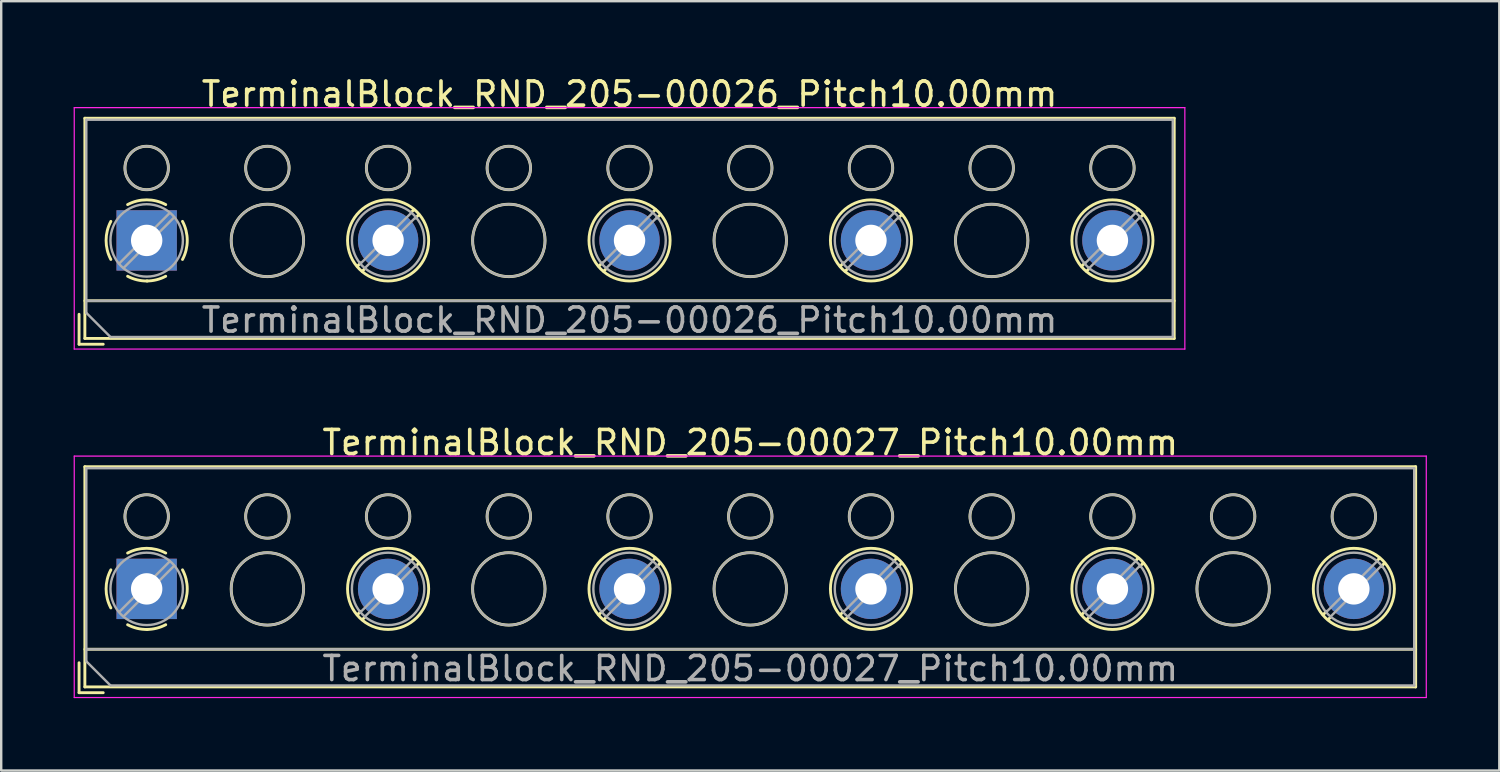
<source format=kicad_pcb>
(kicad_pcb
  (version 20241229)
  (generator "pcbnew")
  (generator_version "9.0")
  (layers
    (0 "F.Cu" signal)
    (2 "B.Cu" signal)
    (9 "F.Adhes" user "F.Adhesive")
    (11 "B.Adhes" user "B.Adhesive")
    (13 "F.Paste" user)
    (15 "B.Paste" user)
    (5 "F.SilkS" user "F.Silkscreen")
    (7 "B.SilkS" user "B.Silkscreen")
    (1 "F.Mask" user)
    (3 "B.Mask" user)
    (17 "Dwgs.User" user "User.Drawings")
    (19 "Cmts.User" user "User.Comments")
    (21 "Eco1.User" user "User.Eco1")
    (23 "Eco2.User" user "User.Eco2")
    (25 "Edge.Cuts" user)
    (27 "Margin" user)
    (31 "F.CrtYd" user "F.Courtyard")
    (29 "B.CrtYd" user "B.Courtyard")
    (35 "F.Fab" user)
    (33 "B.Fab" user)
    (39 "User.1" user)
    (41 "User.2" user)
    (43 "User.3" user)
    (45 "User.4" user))
  (footprint "TerminalBlock_RND_205-00026_Pitch10.00mm"
    (layer "F.Cu")
    (at 3.025 6.908)
    (property "Reference" "TerminalBlock_RND_205-00026_Pitch10.00mm" (at 20 -6.06 0) (layer "F.SilkS") (effects (font (size 1 1) (thickness 0.15))))
    (attr through_hole)
    (fp_line (start -2.8 3.06) (end -2.8 4.3) (stroke (width 0.12) (type solid)) (layer "F.SilkS"))
    (fp_line (start -2.8 4.3) (end -1.8 4.3) (stroke (width 0.12) (type solid)) (layer "F.SilkS"))
    (fp_line (start -2.56 -5.06) (end -2.56 4.06) (stroke (width 0.12) (type solid)) (layer "F.SilkS"))
    (fp_line (start -2.56 2.5) (end 42.56 2.5) (stroke (width 0.12) (type solid)) (layer "F.SilkS"))
    (fp_line (start -2.56 4.06) (end 42.56 4.06) (stroke (width 0.12) (type solid)) (layer "F.SilkS"))
    (fp_line (start 8.867 0.929) (end 8.726 1.069) (stroke (width 0.12) (type solid)) (layer "F.SilkS"))
    (fp_line (start 9.037 1.169) (end 8.931 1.274) (stroke (width 0.12) (type solid)) (layer "F.SilkS"))
    (fp_line (start 11.07 -1.275) (end 10.964 -1.169) (stroke (width 0.12) (type solid)) (layer "F.SilkS"))
    (fp_line (start 11.275 -1.069) (end 11.134 -0.929) (stroke (width 0.12) (type solid)) (layer "F.SilkS"))
    (fp_line (start 18.867 0.929) (end 18.726 1.069) (stroke (width 0.12) (type solid)) (layer "F.SilkS"))
    (fp_line (start 19.037 1.169) (end 18.931 1.274) (stroke (width 0.12) (type solid)) (layer "F.SilkS"))
    (fp_line (start 21.07 -1.275) (end 20.964 -1.169) (stroke (width 0.12) (type solid)) (layer "F.SilkS"))
    (fp_line (start 21.275 -1.069) (end 21.134 -0.929) (stroke (width 0.12) (type solid)) (layer "F.SilkS"))
    (fp_line (start 28.867 0.929) (end 28.726 1.069) (stroke (width 0.12) (type solid)) (layer "F.SilkS"))
    (fp_line (start 29.037 1.169) (end 28.931 1.274) (stroke (width 0.12) (type solid)) (layer "F.SilkS"))
    (fp_line (start 31.07 -1.275) (end 30.964 -1.169) (stroke (width 0.12) (type solid)) (layer "F.SilkS"))
    (fp_line (start 31.275 -1.069) (end 31.134 -0.929) (stroke (width 0.12) (type solid)) (layer "F.SilkS"))
    (fp_line (start 38.867 0.929) (end 38.726 1.069) (stroke (width 0.12) (type solid)) (layer "F.SilkS"))
    (fp_line (start 39.037 1.169) (end 38.931 1.274) (stroke (width 0.12) (type solid)) (layer "F.SilkS"))
    (fp_line (start 41.07 -1.275) (end 40.964 -1.169) (stroke (width 0.12) (type solid)) (layer "F.SilkS"))
    (fp_line (start 41.275 -1.069) (end 41.134 -0.929) (stroke (width 0.12) (type solid)) (layer "F.SilkS"))
    (fp_line (start 42.56 -5.06) (end -2.56 -5.06) (stroke (width 0.12) (type solid)) (layer "F.SilkS"))
    (fp_line (start 42.56 4.06) (end 42.56 -5.06) (stroke (width 0.12) (type solid)) (layer "F.SilkS"))
    (fp_arc (start -1.483953 0.789089) (mid -1.680708 0.00005) (end -1.484 -0.789) (stroke (width 0.12) (type solid)) (layer "F.SilkS"))
    (fp_arc (start -0.789089 -1.483953) (mid -0.00005 -1.680708) (end 0.789 -1.484) (stroke (width 0.12) (type solid)) (layer "F.SilkS"))
    (fp_arc (start 0.029383 1.68045) (mid -0.392304 1.634281) (end -0.789 1.484) (stroke (width 0.12) (type solid)) (layer "F.SilkS"))
    (fp_arc (start 0.788712 1.483352) (mid 0.406429 1.630097) (end 0 1.68) (stroke (width 0.12) (type solid)) (layer "F.SilkS"))
    (fp_arc (start 1.483953 -0.789089) (mid 1.680708 -0.00005) (end 1.484 0.789) (stroke (width 0.12) (type solid)) (layer "F.SilkS"))
    (fp_circle (center 0 -3) (end 0.9 -3) (stroke (width 0.12) (type solid)) (fill no) (layer "F.SilkS"))
    (fp_circle (center 5 -3) (end 5.9 -3) (stroke (width 0.12) (type solid)) (fill no) (layer "F.SilkS"))
    (fp_circle (center 5 0) (end 6.5 0) (stroke (width 0.12) (type solid)) (fill no) (layer "F.SilkS"))
    (fp_circle (center 10 -3) (end 10.9 -3) (stroke (width 0.12) (type solid)) (fill no) (layer "F.SilkS"))
    (fp_circle (center 10 0) (end 11.68 0) (stroke (width 0.12) (type solid)) (fill no) (layer "F.SilkS"))
    (fp_circle (center 15 -3) (end 15.9 -3) (stroke (width 0.12) (type solid)) (fill no) (layer "F.SilkS"))
    (fp_circle (center 15 0) (end 16.5 0) (stroke (width 0.12) (type solid)) (fill no) (layer "F.SilkS"))
    (fp_circle (center 20 -3) (end 20.9 -3) (stroke (width 0.12) (type solid)) (fill no) (layer "F.SilkS"))
    (fp_circle (center 20 0) (end 21.68 0) (stroke (width 0.12) (type solid)) (fill no) (layer "F.SilkS"))
    (fp_circle (center 25 -3) (end 25.9 -3) (stroke (width 0.12) (type solid)) (fill no) (layer "F.SilkS"))
    (fp_circle (center 25 0) (end 26.5 0) (stroke (width 0.12) (type solid)) (fill no) (layer "F.SilkS"))
    (fp_circle (center 30 -3) (end 30.9 -3) (stroke (width 0.12) (type solid)) (fill no) (layer "F.SilkS"))
    (fp_circle (center 30 0) (end 31.68 0) (stroke (width 0.12) (type solid)) (fill no) (layer "F.SilkS"))
    (fp_circle (center 35 -3) (end 35.9 -3) (stroke (width 0.12) (type solid)) (fill no) (layer "F.SilkS"))
    (fp_circle (center 35 0) (end 36.5 0) (stroke (width 0.12) (type solid)) (fill no) (layer "F.SilkS"))
    (fp_circle (center 40 -3) (end 40.9 -3) (stroke (width 0.12) (type solid)) (fill no) (layer "F.SilkS"))
    (fp_circle (center 40 0) (end 41.68 0) (stroke (width 0.12) (type solid)) (fill no) (layer "F.SilkS"))
    (fp_line (start -3 -5.5) (end -3 4.5) (stroke (width 0.05) (type solid)) (layer "F.CrtYd"))
    (fp_line (start -3 4.5) (end 43 4.5) (stroke (width 0.05) (type solid)) (layer "F.CrtYd"))
    (fp_line (start 43 -5.5) (end -3 -5.5) (stroke (width 0.05) (type solid)) (layer "F.CrtYd"))
    (fp_line (start 43 4.5) (end 43 -5.5) (stroke (width 0.05) (type solid)) (layer "F.CrtYd"))
    (fp_line (start -2.5 -5) (end 42.5 -5) (stroke (width 0.1) (type solid)) (layer "F.Fab"))
    (fp_line (start -2.5 2.5) (end 42.5 2.5) (stroke (width 0.1) (type solid)) (layer "F.Fab"))
    (fp_line (start -2.5 3) (end -2.5 -5) (stroke (width 0.1) (type solid)) (layer "F.Fab"))
    (fp_line (start -1.5 4) (end -2.5 3) (stroke (width 0.1) (type solid)) (layer "F.Fab"))
    (fp_line (start 0.955 -1.138) (end -1.138 0.955) (stroke (width 0.1) (type solid)) (layer "F.Fab"))
    (fp_line (start 1.138 -0.955) (end -0.955 1.138) (stroke (width 0.1) (type solid)) (layer "F.Fab"))
    (fp_line (start 10.955 -1.138) (end 8.863 0.955) (stroke (width 0.1) (type solid)) (layer "F.Fab"))
    (fp_line (start 11.138 -0.955) (end 9.046 1.138) (stroke (width 0.1) (type solid)) (layer "F.Fab"))
    (fp_line (start 20.955 -1.138) (end 18.863 0.955) (stroke (width 0.1) (type solid)) (layer "F.Fab"))
    (fp_line (start 21.138 -0.955) (end 19.046 1.138) (stroke (width 0.1) (type solid)) (layer "F.Fab"))
    (fp_line (start 30.955 -1.138) (end 28.863 0.955) (stroke (width 0.1) (type solid)) (layer "F.Fab"))
    (fp_line (start 31.138 -0.955) (end 29.046 1.138) (stroke (width 0.1) (type solid)) (layer "F.Fab"))
    (fp_line (start 40.955 -1.138) (end 38.863 0.955) (stroke (width 0.1) (type solid)) (layer "F.Fab"))
    (fp_line (start 41.138 -0.955) (end 39.046 1.138) (stroke (width 0.1) (type solid)) (layer "F.Fab"))
    (fp_line (start 42.5 -5) (end 42.5 4) (stroke (width 0.1) (type solid)) (layer "F.Fab"))
    (fp_line (start 42.5 4) (end -1.5 4) (stroke (width 0.1) (type solid)) (layer "F.Fab"))
    (fp_circle (center 0 -3) (end 0.9 -3) (stroke (width 0.1) (type solid)) (fill no) (layer "F.Fab"))
    (fp_circle (center 0 0) (end 1.5 0) (stroke (width 0.1) (type solid)) (fill no) (layer "F.Fab"))
    (fp_circle (center 5 -3) (end 5.9 -3) (stroke (width 0.1) (type solid)) (fill no) (layer "F.Fab"))
    (fp_circle (center 5 0) (end 6.5 0) (stroke (width 0.1) (type solid)) (fill no) (layer "F.Fab"))
    (fp_circle (center 10 -3) (end 10.9 -3) (stroke (width 0.1) (type solid)) (fill no) (layer "F.Fab"))
    (fp_circle (center 10 0) (end 11.5 0) (stroke (width 0.1) (type solid)) (fill no) (layer "F.Fab"))
    (fp_circle (center 15 -3) (end 15.9 -3) (stroke (width 0.1) (type solid)) (fill no) (layer "F.Fab"))
    (fp_circle (center 15 0) (end 16.5 0) (stroke (width 0.1) (type solid)) (fill no) (layer "F.Fab"))
    (fp_circle (center 20 -3) (end 20.9 -3) (stroke (width 0.1) (type solid)) (fill no) (layer "F.Fab"))
    (fp_circle (center 20 0) (end 21.5 0) (stroke (width 0.1) (type solid)) (fill no) (layer "F.Fab"))
    (fp_circle (center 25 -3) (end 25.9 -3) (stroke (width 0.1) (type solid)) (fill no) (layer "F.Fab"))
    (fp_circle (center 25 0) (end 26.5 0) (stroke (width 0.1) (type solid)) (fill no) (layer "F.Fab"))
    (fp_circle (center 30 -3) (end 30.9 -3) (stroke (width 0.1) (type solid)) (fill no) (layer "F.Fab"))
    (fp_circle (center 30 0) (end 31.5 0) (stroke (width 0.1) (type solid)) (fill no) (layer "F.Fab"))
    (fp_circle (center 35 -3) (end 35.9 -3) (stroke (width 0.1) (type solid)) (fill no) (layer "F.Fab"))
    (fp_circle (center 35 0) (end 36.5 0) (stroke (width 0.1) (type solid)) (fill no) (layer "F.Fab"))
    (fp_circle (center 40 -3) (end 40.9 -3) (stroke (width 0.1) (type solid)) (fill no) (layer "F.Fab"))
    (fp_circle (center 40 0) (end 41.5 0) (stroke (width 0.1) (type solid)) (fill no) (layer "F.Fab"))
    (fp_text user "${REFERENCE}" (at 20 3.3 0) (layer "F.Fab") (effects (font (size 1 1) (thickness 0.15))))
    (pad "1" thru_hole rect (at 0 0) (size 2.5 2.5) (drill 1.3) (layers "*.Cu" "*.Mask"))
    (pad "2" thru_hole oval (at 10 0) (size 2.5 2.5) (drill 1.3) (layers "*.Cu" "*.Mask"))
    (pad "3" thru_hole oval (at 20 0) (size 2.5 2.5) (drill 1.3) (layers "*.Cu" "*.Mask"))
    (pad "4" thru_hole oval (at 30 0) (size 2.5 2.5) (drill 1.3) (layers "*.Cu" "*.Mask"))
    (pad "5" thru_hole oval (at 40 0) (size 2.5 2.5) (drill 1.3) (layers "*.Cu" "*.Mask")))
  (footprint "TerminalBlock_RND_205-00027_Pitch10.00mm"
    (layer "F.Cu")
    (at 3.025 21.341)
    (property "Reference" "TerminalBlock_RND_205-00027_Pitch10.00mm" (at 25 -6.06 0) (layer "F.SilkS") (effects (font (size 1 1) (thickness 0.15))))
    (attr through_hole)
    (fp_line (start -2.8 3.06) (end -2.8 4.3) (stroke (width 0.12) (type solid)) (layer "F.SilkS"))
    (fp_line (start -2.8 4.3) (end -1.8 4.3) (stroke (width 0.12) (type solid)) (layer "F.SilkS"))
    (fp_line (start -2.56 -5.06) (end -2.56 4.06) (stroke (width 0.12) (type solid)) (layer "F.SilkS"))
    (fp_line (start -2.56 2.5) (end 52.56 2.5) (stroke (width 0.12) (type solid)) (layer "F.SilkS"))
    (fp_line (start -2.56 4.06) (end 52.56 4.06) (stroke (width 0.12) (type solid)) (layer "F.SilkS"))
    (fp_line (start 8.867 0.929) (end 8.726 1.069) (stroke (width 0.12) (type solid)) (layer "F.SilkS"))
    (fp_line (start 9.037 1.169) (end 8.931 1.274) (stroke (width 0.12) (type solid)) (layer "F.SilkS"))
    (fp_line (start 11.07 -1.275) (end 10.964 -1.169) (stroke (width 0.12) (type solid)) (layer "F.SilkS"))
    (fp_line (start 11.275 -1.069) (end 11.134 -0.929) (stroke (width 0.12) (type solid)) (layer "F.SilkS"))
    (fp_line (start 18.867 0.929) (end 18.726 1.069) (stroke (width 0.12) (type solid)) (layer "F.SilkS"))
    (fp_line (start 19.037 1.169) (end 18.931 1.274) (stroke (width 0.12) (type solid)) (layer "F.SilkS"))
    (fp_line (start 21.07 -1.275) (end 20.964 -1.169) (stroke (width 0.12) (type solid)) (layer "F.SilkS"))
    (fp_line (start 21.275 -1.069) (end 21.134 -0.929) (stroke (width 0.12) (type solid)) (layer "F.SilkS"))
    (fp_line (start 28.867 0.929) (end 28.726 1.069) (stroke (width 0.12) (type solid)) (layer "F.SilkS"))
    (fp_line (start 29.037 1.169) (end 28.931 1.274) (stroke (width 0.12) (type solid)) (layer "F.SilkS"))
    (fp_line (start 31.07 -1.275) (end 30.964 -1.169) (stroke (width 0.12) (type solid)) (layer "F.SilkS"))
    (fp_line (start 31.275 -1.069) (end 31.134 -0.929) (stroke (width 0.12) (type solid)) (layer "F.SilkS"))
    (fp_line (start 38.867 0.929) (end 38.726 1.069) (stroke (width 0.12) (type solid)) (layer "F.SilkS"))
    (fp_line (start 39.037 1.169) (end 38.931 1.274) (stroke (width 0.12) (type solid)) (layer "F.SilkS"))
    (fp_line (start 41.07 -1.275) (end 40.964 -1.169) (stroke (width 0.12) (type solid)) (layer "F.SilkS"))
    (fp_line (start 41.275 -1.069) (end 41.134 -0.929) (stroke (width 0.12) (type solid)) (layer "F.SilkS"))
    (fp_line (start 48.867 0.929) (end 48.726 1.069) (stroke (width 0.12) (type solid)) (layer "F.SilkS"))
    (fp_line (start 49.037 1.169) (end 48.931 1.274) (stroke (width 0.12) (type solid)) (layer "F.SilkS"))
    (fp_line (start 51.07 -1.275) (end 50.964 -1.169) (stroke (width 0.12) (type solid)) (layer "F.SilkS"))
    (fp_line (start 51.275 -1.069) (end 51.134 -0.929) (stroke (width 0.12) (type solid)) (layer "F.SilkS"))
    (fp_line (start 52.56 -5.06) (end -2.56 -5.06) (stroke (width 0.12) (type solid)) (layer "F.SilkS"))
    (fp_line (start 52.56 4.06) (end 52.56 -5.06) (stroke (width 0.12) (type solid)) (layer "F.SilkS"))
    (fp_arc (start -1.483953 0.789089) (mid -1.680708 0.00005) (end -1.484 -0.789) (stroke (width 0.12) (type solid)) (layer "F.SilkS"))
    (fp_arc (start -0.789089 -1.483953) (mid -0.00005 -1.680708) (end 0.789 -1.484) (stroke (width 0.12) (type solid)) (layer "F.SilkS"))
    (fp_arc (start 0.029383 1.68045) (mid -0.392304 1.634281) (end -0.789 1.484) (stroke (width 0.12) (type solid)) (layer "F.SilkS"))
    (fp_arc (start 0.788712 1.483352) (mid 0.406429 1.630097) (end 0 1.68) (stroke (width 0.12) (type solid)) (layer "F.SilkS"))
    (fp_arc (start 1.483953 -0.789089) (mid 1.680708 -0.00005) (end 1.484 0.789) (stroke (width 0.12) (type solid)) (layer "F.SilkS"))
    (fp_circle (center 0 -3) (end 0.9 -3) (stroke (width 0.12) (type solid)) (fill no) (layer "F.SilkS"))
    (fp_circle (center 5 -3) (end 5.9 -3) (stroke (width 0.12) (type solid)) (fill no) (layer "F.SilkS"))
    (fp_circle (center 5 0) (end 6.5 0) (stroke (width 0.12) (type solid)) (fill no) (layer "F.SilkS"))
    (fp_circle (center 10 -3) (end 10.9 -3) (stroke (width 0.12) (type solid)) (fill no) (layer "F.SilkS"))
    (fp_circle (center 10 0) (end 11.68 0) (stroke (width 0.12) (type solid)) (fill no) (layer "F.SilkS"))
    (fp_circle (center 15 -3) (end 15.9 -3) (stroke (width 0.12) (type solid)) (fill no) (layer "F.SilkS"))
    (fp_circle (center 15 0) (end 16.5 0) (stroke (width 0.12) (type solid)) (fill no) (layer "F.SilkS"))
    (fp_circle (center 20 -3) (end 20.9 -3) (stroke (width 0.12) (type solid)) (fill no) (layer "F.SilkS"))
    (fp_circle (center 20 0) (end 21.68 0) (stroke (width 0.12) (type solid)) (fill no) (layer "F.SilkS"))
    (fp_circle (center 25 -3) (end 25.9 -3) (stroke (width 0.12) (type solid)) (fill no) (layer "F.SilkS"))
    (fp_circle (center 25 0) (end 26.5 0) (stroke (width 0.12) (type solid)) (fill no) (layer "F.SilkS"))
    (fp_circle (center 30 -3) (end 30.9 -3) (stroke (width 0.12) (type solid)) (fill no) (layer "F.SilkS"))
    (fp_circle (center 30 0) (end 31.68 0) (stroke (width 0.12) (type solid)) (fill no) (layer "F.SilkS"))
    (fp_circle (center 35 -3) (end 35.9 -3) (stroke (width 0.12) (type solid)) (fill no) (layer "F.SilkS"))
    (fp_circle (center 35 0) (end 36.5 0) (stroke (width 0.12) (type solid)) (fill no) (layer "F.SilkS"))
    (fp_circle (center 40 -3) (end 40.9 -3) (stroke (width 0.12) (type solid)) (fill no) (layer "F.SilkS"))
    (fp_circle (center 40 0) (end 41.68 0) (stroke (width 0.12) (type solid)) (fill no) (layer "F.SilkS"))
    (fp_circle (center 45 -3) (end 45.9 -3) (stroke (width 0.12) (type solid)) (fill no) (layer "F.SilkS"))
    (fp_circle (center 45 0) (end 46.5 0) (stroke (width 0.12) (type solid)) (fill no) (layer "F.SilkS"))
    (fp_circle (center 50 -3) (end 50.9 -3) (stroke (width 0.12) (type solid)) (fill no) (layer "F.SilkS"))
    (fp_circle (center 50 0) (end 51.68 0) (stroke (width 0.12) (type solid)) (fill no) (layer "F.SilkS"))
    (fp_line (start -3 -5.5) (end -3 4.5) (stroke (width 0.05) (type solid)) (layer "F.CrtYd"))
    (fp_line (start -3 4.5) (end 53 4.5) (stroke (width 0.05) (type solid)) (layer "F.CrtYd"))
    (fp_line (start 53 -5.5) (end -3 -5.5) (stroke (width 0.05) (type solid)) (layer "F.CrtYd"))
    (fp_line (start 53 4.5) (end 53 -5.5) (stroke (width 0.05) (type solid)) (layer "F.CrtYd"))
    (fp_line (start -2.5 -5) (end 52.5 -5) (stroke (width 0.1) (type solid)) (layer "F.Fab"))
    (fp_line (start -2.5 2.5) (end 52.5 2.5) (stroke (width 0.1) (type solid)) (layer "F.Fab"))
    (fp_line (start -2.5 3) (end -2.5 -5) (stroke (width 0.1) (type solid)) (layer "F.Fab"))
    (fp_line (start -1.5 4) (end -2.5 3) (stroke (width 0.1) (type solid)) (layer "F.Fab"))
    (fp_line (start 0.955 -1.138) (end -1.138 0.955) (stroke (width 0.1) (type solid)) (layer "F.Fab"))
    (fp_line (start 1.138 -0.955) (end -0.955 1.138) (stroke (width 0.1) (type solid)) (layer "F.Fab"))
    (fp_line (start 10.955 -1.138) (end 8.863 0.955) (stroke (width 0.1) (type solid)) (layer "F.Fab"))
    (fp_line (start 11.138 -0.955) (end 9.046 1.138) (stroke (width 0.1) (type solid)) (layer "F.Fab"))
    (fp_line (start 20.955 -1.138) (end 18.863 0.955) (stroke (width 0.1) (type solid)) (layer "F.Fab"))
    (fp_line (start 21.138 -0.955) (end 19.046 1.138) (stroke (width 0.1) (type solid)) (layer "F.Fab"))
    (fp_line (start 30.955 -1.138) (end 28.863 0.955) (stroke (width 0.1) (type solid)) (layer "F.Fab"))
    (fp_line (start 31.138 -0.955) (end 29.046 1.138) (stroke (width 0.1) (type solid)) (layer "F.Fab"))
    (fp_line (start 40.955 -1.138) (end 38.863 0.955) (stroke (width 0.1) (type solid)) (layer "F.Fab"))
    (fp_line (start 41.138 -0.955) (end 39.046 1.138) (stroke (width 0.1) (type solid)) (layer "F.Fab"))
    (fp_line (start 50.955 -1.138) (end 48.863 0.955) (stroke (width 0.1) (type solid)) (layer "F.Fab"))
    (fp_line (start 51.138 -0.955) (end 49.046 1.138) (stroke (width 0.1) (type solid)) (layer "F.Fab"))
    (fp_line (start 52.5 -5) (end 52.5 4) (stroke (width 0.1) (type solid)) (layer "F.Fab"))
    (fp_line (start 52.5 4) (end -1.5 4) (stroke (width 0.1) (type solid)) (layer "F.Fab"))
    (fp_circle (center 0 -3) (end 0.9 -3) (stroke (width 0.1) (type solid)) (fill no) (layer "F.Fab"))
    (fp_circle (center 0 0) (end 1.5 0) (stroke (width 0.1) (type solid)) (fill no) (layer "F.Fab"))
    (fp_circle (center 5 -3) (end 5.9 -3) (stroke (width 0.1) (type solid)) (fill no) (layer "F.Fab"))
    (fp_circle (center 5 0) (end 6.5 0) (stroke (width 0.1) (type solid)) (fill no) (layer "F.Fab"))
    (fp_circle (center 10 -3) (end 10.9 -3) (stroke (width 0.1) (type solid)) (fill no) (layer "F.Fab"))
    (fp_circle (center 10 0) (end 11.5 0) (stroke (width 0.1) (type solid)) (fill no) (layer "F.Fab"))
    (fp_circle (center 15 -3) (end 15.9 -3) (stroke (width 0.1) (type solid)) (fill no) (layer "F.Fab"))
    (fp_circle (center 15 0) (end 16.5 0) (stroke (width 0.1) (type solid)) (fill no) (layer "F.Fab"))
    (fp_circle (center 20 -3) (end 20.9 -3) (stroke (width 0.1) (type solid)) (fill no) (layer "F.Fab"))
    (fp_circle (center 20 0) (end 21.5 0) (stroke (width 0.1) (type solid)) (fill no) (layer "F.Fab"))
    (fp_circle (center 25 -3) (end 25.9 -3) (stroke (width 0.1) (type solid)) (fill no) (layer "F.Fab"))
    (fp_circle (center 25 0) (end 26.5 0) (stroke (width 0.1) (type solid)) (fill no) (layer "F.Fab"))
    (fp_circle (center 30 -3) (end 30.9 -3) (stroke (width 0.1) (type solid)) (fill no) (layer "F.Fab"))
    (fp_circle (center 30 0) (end 31.5 0) (stroke (width 0.1) (type solid)) (fill no) (layer "F.Fab"))
    (fp_circle (center 35 -3) (end 35.9 -3) (stroke (width 0.1) (type solid)) (fill no) (layer "F.Fab"))
    (fp_circle (center 35 0) (end 36.5 0) (stroke (width 0.1) (type solid)) (fill no) (layer "F.Fab"))
    (fp_circle (center 40 -3) (end 40.9 -3) (stroke (width 0.1) (type solid)) (fill no) (layer "F.Fab"))
    (fp_circle (center 40 0) (end 41.5 0) (stroke (width 0.1) (type solid)) (fill no) (layer "F.Fab"))
    (fp_circle (center 45 -3) (end 45.9 -3) (stroke (width 0.1) (type solid)) (fill no) (layer "F.Fab"))
    (fp_circle (center 45 0) (end 46.5 0) (stroke (width 0.1) (type solid)) (fill no) (layer "F.Fab"))
    (fp_circle (center 50 -3) (end 50.9 -3) (stroke (width 0.1) (type solid)) (fill no) (layer "F.Fab"))
    (fp_circle (center 50 0) (end 51.5 0) (stroke (width 0.1) (type solid)) (fill no) (layer "F.Fab"))
    (fp_text user "${REFERENCE}" (at 25 3.3 0) (layer "F.Fab") (effects (font (size 1 1) (thickness 0.15))))
    (pad "1" thru_hole rect (at 0 0) (size 2.5 2.5) (drill 1.3) (layers "*.Cu" "*.Mask"))
    (pad "2" thru_hole oval (at 10 0) (size 2.5 2.5) (drill 1.3) (layers "*.Cu" "*.Mask"))
    (pad "3" thru_hole oval (at 20 0) (size 2.5 2.5) (drill 1.3) (layers "*.Cu" "*.Mask"))
    (pad "4" thru_hole oval (at 30 0) (size 2.5 2.5) (drill 1.3) (layers "*.Cu" "*.Mask"))
    (pad "5" thru_hole oval (at 40 0) (size 2.5 2.5) (drill 1.3) (layers "*.Cu" "*.Mask"))
    (pad "6" thru_hole oval (at 50 0) (size 2.5 2.5) (drill 1.3) (layers "*.Cu" "*.Mask")))
  (gr_rect
    (start -3 -3)
    (end 59.05 28.866)
    (stroke (width 0.1) (type default))
    (fill no)
    (layer "Edge.Cuts")))
</source>
